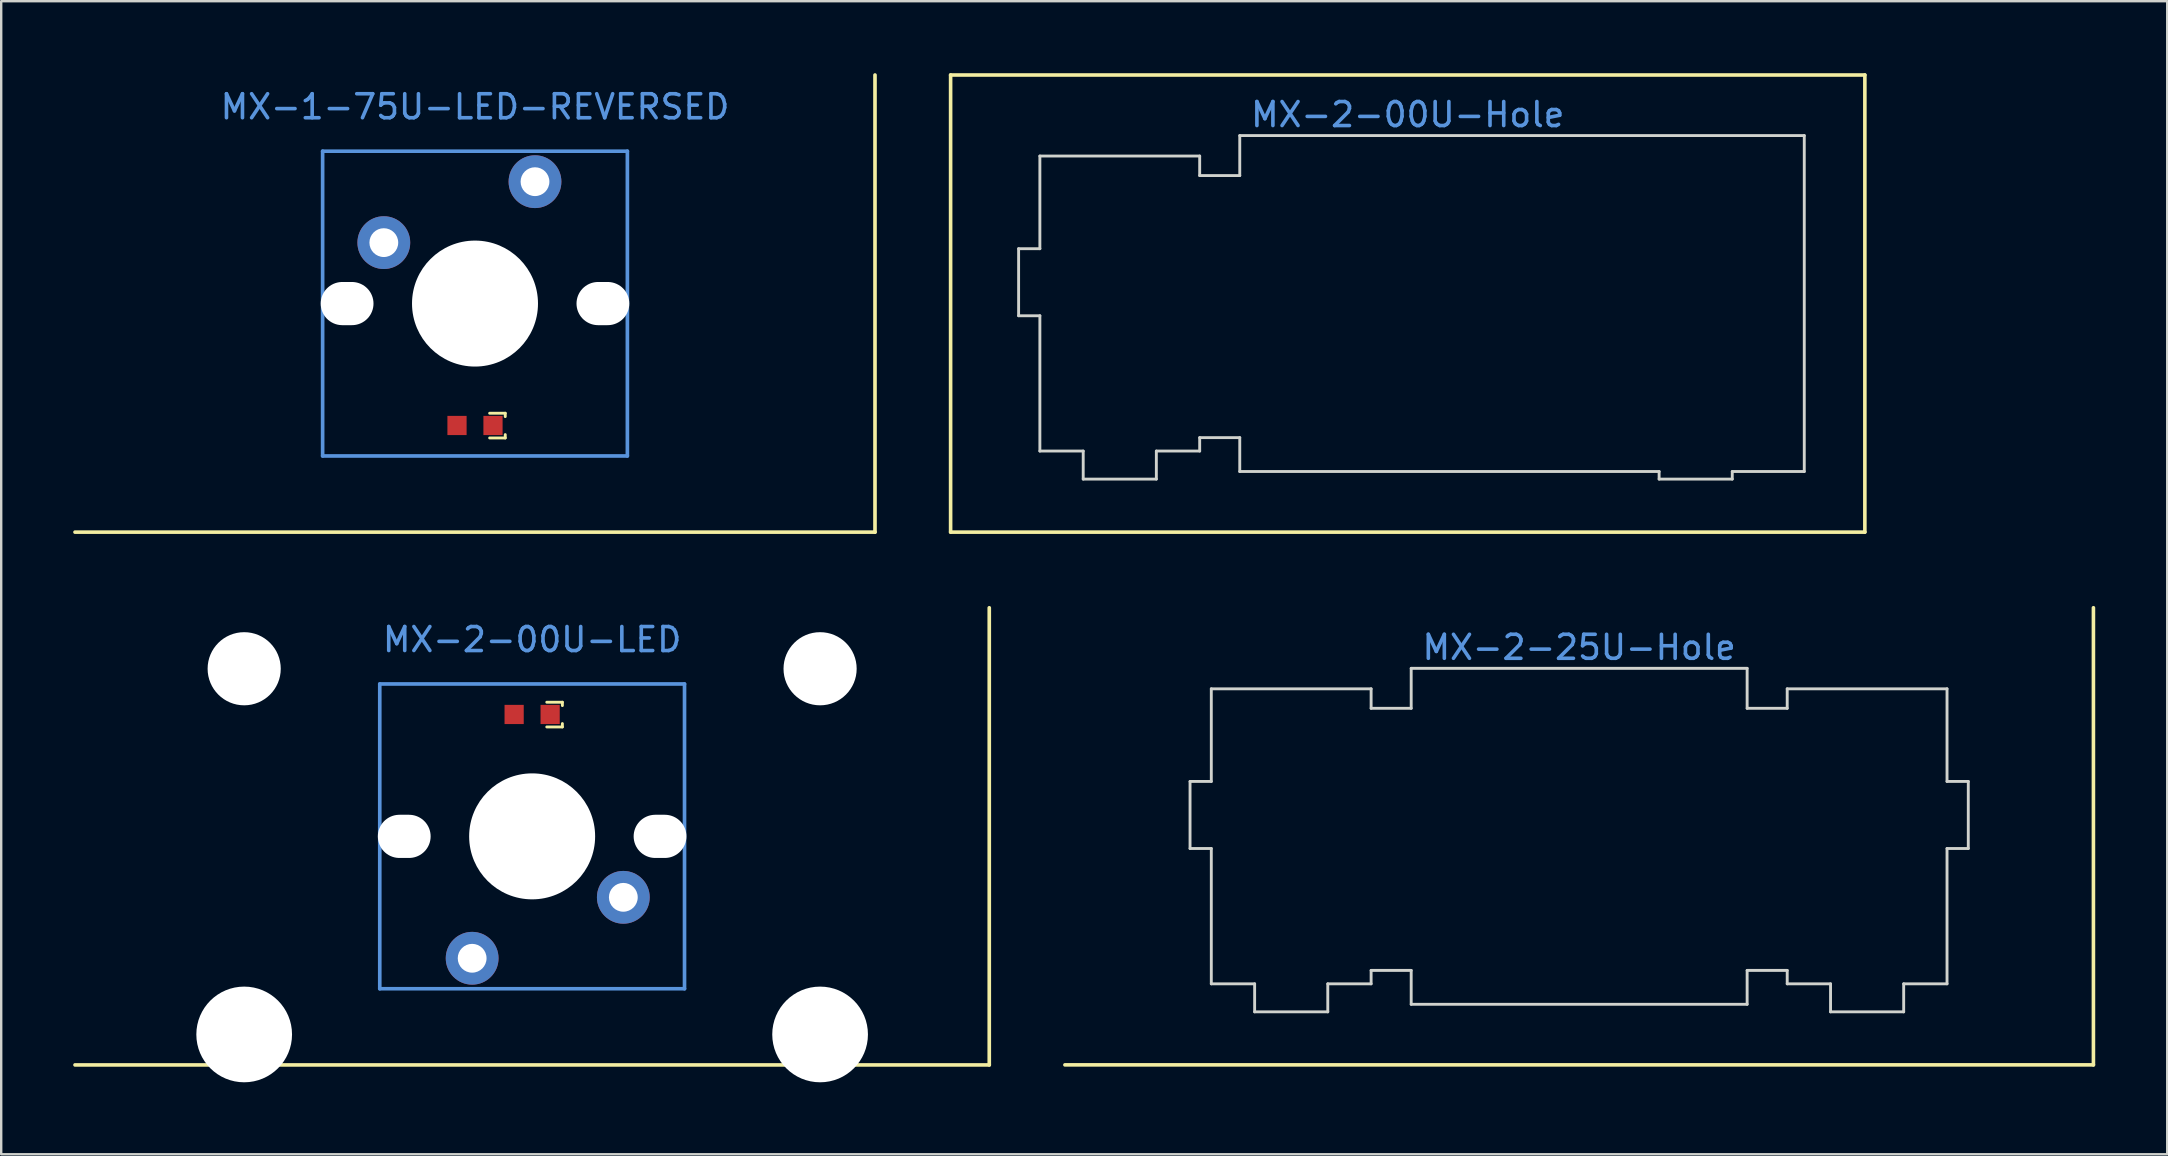
<source format=kicad_pcb>
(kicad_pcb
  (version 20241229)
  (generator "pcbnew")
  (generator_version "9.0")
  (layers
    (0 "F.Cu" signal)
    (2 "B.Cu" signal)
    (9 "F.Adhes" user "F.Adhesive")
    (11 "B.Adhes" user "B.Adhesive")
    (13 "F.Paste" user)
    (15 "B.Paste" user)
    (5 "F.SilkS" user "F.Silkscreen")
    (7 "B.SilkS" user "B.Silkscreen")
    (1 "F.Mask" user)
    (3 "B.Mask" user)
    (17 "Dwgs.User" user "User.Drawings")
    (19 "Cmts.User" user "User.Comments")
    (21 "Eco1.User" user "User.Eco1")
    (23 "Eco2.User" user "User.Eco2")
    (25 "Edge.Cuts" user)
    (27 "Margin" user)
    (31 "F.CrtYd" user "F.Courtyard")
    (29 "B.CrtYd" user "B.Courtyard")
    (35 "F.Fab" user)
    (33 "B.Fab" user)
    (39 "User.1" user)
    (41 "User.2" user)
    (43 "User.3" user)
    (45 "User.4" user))
  (footprint "MX-2-00U-Hole"
    (layer "F.Cu")
    (at 55.615 9.6)
    (property "Reference" "MX-2-00U-Hole" (at 0 -7.874 0) (layer "Cmts.User") (effects (font (size 1 1) (thickness 0.15))))
    (attr through_hole)
    (fp_line (start -19.05 -9.525) (end 19.05 -9.525) (stroke (width 0.15) (type solid)) (layer "F.SilkS"))
    (fp_line (start -19.05 9.525) (end -19.05 -9.525) (stroke (width 0.15) (type solid)) (layer "F.SilkS"))
    (fp_line (start 19.05 -9.525) (end 19.05 9.525) (stroke (width 0.15) (type solid)) (layer "F.SilkS"))
    (fp_line (start 19.05 9.525) (end -19.05 9.525) (stroke (width 0.15) (type solid)) (layer "F.SilkS"))
    (fp_line (start -16.216 -2.286) (end -16.216 0.508) (stroke (width 0.12) (type solid)) (layer "Edge.Cuts"))
    (fp_line (start -15.33 -6.147) (end -15.33 -2.286) (stroke (width 0.12) (type solid)) (layer "Edge.Cuts"))
    (fp_line (start -15.33 -2.286) (end -16.216 -2.286) (stroke (width 0.12) (type solid)) (layer "Edge.Cuts"))
    (fp_line (start -15.33 0.508) (end -16.216 0.508) (stroke (width 0.12) (type solid)) (layer "Edge.Cuts"))
    (fp_line (start -15.33 0.508) (end -15.33 6.147) (stroke (width 0.12) (type solid)) (layer "Edge.Cuts"))
    (fp_line (start -13.524 6.147) (end -15.33 6.147) (stroke (width 0.12) (type solid)) (layer "Edge.Cuts"))
    (fp_line (start -13.524 6.147) (end -13.524 7.315) (stroke (width 0.12) (type solid)) (layer "Edge.Cuts"))
    (fp_line (start -10.476 6.147) (end -10.476 7.315) (stroke (width 0.12) (type solid)) (layer "Edge.Cuts"))
    (fp_line (start -10.476 7.315) (end -13.524 7.315) (stroke (width 0.12) (type solid)) (layer "Edge.Cuts"))
    (fp_line (start -8.67 -6.147) (end -15.33 -6.147) (stroke (width 0.12) (type solid)) (layer "Edge.Cuts"))
    (fp_line (start -8.67 -6.147) (end -8.67 -5.334) (stroke (width 0.12) (type solid)) (layer "Edge.Cuts"))
    (fp_line (start -8.67 -5.334) (end -7 -5.334) (stroke (width 0.12) (type solid)) (layer "Edge.Cuts"))
    (fp_line (start -8.67 5.588) (end -7 5.588) (stroke (width 0.12) (type solid)) (layer "Edge.Cuts"))
    (fp_line (start -8.67 6.147) (end -10.476 6.147) (stroke (width 0.12) (type solid)) (layer "Edge.Cuts"))
    (fp_line (start -8.67 6.147) (end -8.67 5.588) (stroke (width 0.12) (type solid)) (layer "Edge.Cuts"))
    (fp_line (start -7 -7) (end -7 -5.334) (stroke (width 0.12) (type solid)) (layer "Edge.Cuts"))
    (fp_line (start -7 -7) (end 16.525 -7) (stroke (width 0.12) (type solid)) (layer "Edge.Cuts"))
    (fp_line (start -7 7) (end -7 5.588) (stroke (width 0.12) (type solid)) (layer "Edge.Cuts"))
    (fp_line (start -7 7) (end 10.476 7) (stroke (width 0.12) (type solid)) (layer "Edge.Cuts"))
    (fp_line (start 10.476 7) (end 10.476 7.315) (stroke (width 0.12) (type default)) (layer "Edge.Cuts"))
    (fp_line (start 10.476 7.315) (end 13.524 7.315) (stroke (width 0.12) (type solid)) (layer "Edge.Cuts"))
    (fp_line (start 13.524 7) (end 13.524 7.315) (stroke (width 0.12) (type default)) (layer "Edge.Cuts"))
    (fp_line (start 13.524 7) (end 16.525 7) (stroke (width 0.12) (type solid)) (layer "Edge.Cuts"))
    (fp_line (start 16.525 -7) (end 16.525 7) (stroke (width 0.12) (type default)) (layer "Edge.Cuts")))
  (footprint "MX-2-25U-Hole"
    (layer "F.Cu")
    (at 62.759 31.802)
    (property "Reference" "MX-2-25U-Hole" (at 0 -7.874 0) (layer "Cmts.User") (effects (font (size 1 1) (thickness 0.15))))
    (attr through_hole)
    (fp_line (start 21.431 -9.525) (end 21.431 9.525) (stroke (width 0.15) (type solid)) (layer "F.SilkS"))
    (fp_line (start 21.431 9.525) (end -21.431 9.525) (stroke (width 0.15) (type solid)) (layer "F.SilkS"))
    (fp_line (start -16.216 -2.286) (end -16.216 0.508) (stroke (width 0.12) (type solid)) (layer "Edge.Cuts"))
    (fp_line (start -15.33 -6.147) (end -15.33 -2.286) (stroke (width 0.12) (type solid)) (layer "Edge.Cuts"))
    (fp_line (start -15.33 -2.286) (end -16.216 -2.286) (stroke (width 0.12) (type solid)) (layer "Edge.Cuts"))
    (fp_line (start -15.33 0.508) (end -16.216 0.508) (stroke (width 0.12) (type solid)) (layer "Edge.Cuts"))
    (fp_line (start -15.33 0.508) (end -15.33 6.147) (stroke (width 0.12) (type solid)) (layer "Edge.Cuts"))
    (fp_line (start -13.524 6.147) (end -15.33 6.147) (stroke (width 0.12) (type solid)) (layer "Edge.Cuts"))
    (fp_line (start -13.524 6.147) (end -13.524 7.315) (stroke (width 0.12) (type solid)) (layer "Edge.Cuts"))
    (fp_line (start -10.476 6.147) (end -10.476 7.315) (stroke (width 0.12) (type solid)) (layer "Edge.Cuts"))
    (fp_line (start -10.476 7.315) (end -13.524 7.315) (stroke (width 0.12) (type solid)) (layer "Edge.Cuts"))
    (fp_line (start -8.67 -6.147) (end -15.33 -6.147) (stroke (width 0.12) (type solid)) (layer "Edge.Cuts"))
    (fp_line (start -8.67 -6.147) (end -8.67 -5.334) (stroke (width 0.12) (type solid)) (layer "Edge.Cuts"))
    (fp_line (start -8.67 -5.334) (end -7 -5.334) (stroke (width 0.12) (type solid)) (layer "Edge.Cuts"))
    (fp_line (start -8.67 5.588) (end -7 5.588) (stroke (width 0.12) (type solid)) (layer "Edge.Cuts"))
    (fp_line (start -8.67 6.147) (end -10.476 6.147) (stroke (width 0.12) (type solid)) (layer "Edge.Cuts"))
    (fp_line (start -8.67 6.147) (end -8.67 5.588) (stroke (width 0.12) (type solid)) (layer "Edge.Cuts"))
    (fp_line (start -7 -7) (end -7 -5.334) (stroke (width 0.12) (type solid)) (layer "Edge.Cuts"))
    (fp_line (start -7 -7) (end 7 -7) (stroke (width 0.12) (type solid)) (layer "Edge.Cuts"))
    (fp_line (start -7 7) (end -7 5.588) (stroke (width 0.12) (type solid)) (layer "Edge.Cuts"))
    (fp_line (start -7 7) (end 7 7) (stroke (width 0.12) (type solid)) (layer "Edge.Cuts"))
    (fp_line (start 7 -7) (end 7 -5.334) (stroke (width 0.12) (type solid)) (layer "Edge.Cuts"))
    (fp_line (start 7 7) (end 7 5.588) (stroke (width 0.12) (type solid)) (layer "Edge.Cuts"))
    (fp_line (start 8.67 -6.147) (end 8.67 -5.334) (stroke (width 0.12) (type solid)) (layer "Edge.Cuts"))
    (fp_line (start 8.67 -6.147) (end 15.33 -6.147) (stroke (width 0.12) (type solid)) (layer "Edge.Cuts"))
    (fp_line (start 8.67 -5.334) (end 7 -5.334) (stroke (width 0.12) (type solid)) (layer "Edge.Cuts"))
    (fp_line (start 8.67 5.588) (end 7 5.588) (stroke (width 0.12) (type solid)) (layer "Edge.Cuts"))
    (fp_line (start 8.67 6.147) (end 8.67 5.588) (stroke (width 0.12) (type solid)) (layer "Edge.Cuts"))
    (fp_line (start 8.67 6.147) (end 10.476 6.147) (stroke (width 0.12) (type solid)) (layer "Edge.Cuts"))
    (fp_line (start 10.476 6.147) (end 10.476 7.315) (stroke (width 0.12) (type solid)) (layer "Edge.Cuts"))
    (fp_line (start 10.476 7.315) (end 13.524 7.315) (stroke (width 0.12) (type solid)) (layer "Edge.Cuts"))
    (fp_line (start 13.524 6.147) (end 13.524 7.315) (stroke (width 0.12) (type solid)) (layer "Edge.Cuts"))
    (fp_line (start 13.524 6.147) (end 15.33 6.147) (stroke (width 0.12) (type solid)) (layer "Edge.Cuts"))
    (fp_line (start 15.33 -6.147) (end 15.33 -2.286) (stroke (width 0.12) (type solid)) (layer "Edge.Cuts"))
    (fp_line (start 15.33 -2.286) (end 16.216 -2.286) (stroke (width 0.12) (type solid)) (layer "Edge.Cuts"))
    (fp_line (start 15.33 0.508) (end 15.33 6.147) (stroke (width 0.12) (type solid)) (layer "Edge.Cuts"))
    (fp_line (start 15.33 0.508) (end 16.216 0.508) (stroke (width 0.12) (type solid)) (layer "Edge.Cuts"))
    (fp_line (start 16.216 -2.286) (end 16.216 0.508) (stroke (width 0.12) (type solid)) (layer "Edge.Cuts")))
  (footprint "MX-2-00U-LED"
    (layer "F.Cu")
    (at 19.126 26.724)
    (property "Reference" "MX-2-00U-LED" (at 0 -3.12 0) (layer "Cmts.User") (effects (font (size 1 1) (thickness 0.15))))
    (fp_line (start 0.61 -0.51) (end 1.26 -0.51) (stroke (width 0.12) (type solid)) (layer "F.SilkS"))
    (fp_line (start 0.61 0.52) (end 1.26 0.52) (stroke (width 0.12) (type solid)) (layer "F.SilkS"))
    (fp_line (start 1.26 -0.51) (end 1.26 -0.37) (stroke (width 0.12) (type solid)) (layer "F.SilkS"))
    (fp_line (start 1.26 0.52) (end 1.26 0.38) (stroke (width 0.12) (type solid)) (layer "F.SilkS"))
    (fp_line (start 19.05 -4.445) (end 19.05 14.605) (stroke (width 0.152) (type solid)) (layer "F.SilkS"))
    (fp_line (start 19.05 14.605) (end -19.05 14.605) (stroke (width 0.152) (type solid)) (layer "F.SilkS"))
    (fp_line (start -6.35 -1.27) (end 6.35 -1.27) (stroke (width 0.152) (type solid)) (layer "Cmts.User"))
    (fp_line (start -6.35 11.43) (end -6.35 -1.27) (stroke (width 0.152) (type solid)) (layer "Cmts.User"))
    (fp_line (start 6.35 -1.27) (end 6.35 11.43) (stroke (width 0.152) (type solid)) (layer "Cmts.User"))
    (fp_line (start 6.35 11.43) (end -6.35 11.43) (stroke (width 0.152) (type solid)) (layer "Cmts.User"))
    (pad "" np_thru_hole circle (at -12 -1.905 180) (size 3.048 3.048) (drill 3.048) (layers "*.Cu" "*.Mask"))
    (pad "" np_thru_hole circle (at -12 13.335 180) (size 3.988 3.988) (drill 3.988) (layers "*.Cu" "*.Mask"))
    (pad "" np_thru_hole oval (at -5.33 5.08 270) (size 1.8 2.2) (drill oval 1.8 2.2) (layers "*.Cu" "*.Mask"))
    (pad "" np_thru_hole circle (at 0 5.08 180) (size 5.25 5.25) (drill 5.25) (layers "*.Cu" "*.Mask"))
    (pad "" np_thru_hole oval (at 5.33 5.08 270) (size 1.8 2.2) (drill oval 1.8 2.2) (layers "*.Cu" "*.Mask"))
    (pad "" np_thru_hole circle (at 12 -1.905 180) (size 3.048 3.048) (drill 3.048) (layers "*.Cu" "*.Mask"))
    (pad "" np_thru_hole circle (at 12 13.335 180) (size 3.988 3.988) (drill 3.988) (layers "*.Cu" "*.Mask"))
    (pad "1" thru_hole circle (at -2.5 10.16) (size 2.2 2.2) (drill 1.2) (layers "*.Cu" "*.Mask"))
    (pad "2" thru_hole circle (at 3.8 7.62 225) (size 2.2 2.2) (drill 1.2) (layers "*.Cu" "*.Mask"))
    (pad "3" smd rect (at 0.75 0 90) (size 0.8 0.8) (layers "F.Cu" "F.Mask" "F.Paste"))
    (pad "4" smd rect (at -0.75 0 90) (size 0.8 0.8) (layers "F.Cu" "F.Mask" "F.Paste")))
  (footprint "MX-1-75U-LED-REVERSED"
    (layer "F.Cu")
    (at 16.745 14.681)
    (property "Reference" "MX-1-75U-LED-REVERSED" (at 0 -13.28 0) (layer "Cmts.User") (effects (font (size 1 1) (thickness 0.15))))
    (fp_line (start 0.61 -0.51) (end 1.26 -0.51) (stroke (width 0.12) (type solid)) (layer "F.SilkS"))
    (fp_line (start 0.61 0.52) (end 1.26 0.52) (stroke (width 0.12) (type solid)) (layer "F.SilkS"))
    (fp_line (start 1.26 -0.51) (end 1.26 -0.37) (stroke (width 0.12) (type solid)) (layer "F.SilkS"))
    (fp_line (start 1.26 0.52) (end 1.26 0.38) (stroke (width 0.12) (type solid)) (layer "F.SilkS"))
    (fp_line (start 16.669 -14.605) (end 16.669 4.445) (stroke (width 0.152) (type solid)) (layer "F.SilkS"))
    (fp_line (start 16.669 4.445) (end -16.669 4.445) (stroke (width 0.152) (type solid)) (layer "F.SilkS"))
    (fp_line (start -6.35 -11.43) (end 6.35 -11.43) (stroke (width 0.152) (type solid)) (layer "Cmts.User"))
    (fp_line (start -6.35 1.27) (end -6.35 -11.43) (stroke (width 0.152) (type solid)) (layer "Cmts.User"))
    (fp_line (start 6.35 -11.43) (end 6.35 1.27) (stroke (width 0.152) (type solid)) (layer "Cmts.User"))
    (fp_line (start 6.35 1.27) (end -6.35 1.27) (stroke (width 0.152) (type solid)) (layer "Cmts.User"))
    (pad "" np_thru_hole oval (at -5.33 -5.08 270) (size 1.8 2.2) (drill oval 1.8 2.2) (layers "*.Cu" "*.Mask"))
    (pad "" np_thru_hole circle (at 0 -5.08 180) (size 5.25 5.25) (drill 5.25) (layers "*.Cu" "*.Mask"))
    (pad "" np_thru_hole oval (at 5.33 -5.08 270) (size 1.8 2.2) (drill oval 1.8 2.2) (layers "*.Cu" "*.Mask"))
    (pad "1" thru_hole circle (at 2.5 -10.16) (size 2.2 2.2) (drill 1.2) (layers "*.Cu" "*.Mask"))
    (pad "2" thru_hole circle (at -3.8 -7.62 225) (size 2.2 2.2) (drill 1.2) (layers "*.Cu" "*.Mask"))
    (pad "3" smd rect (at 0.75 0 90) (size 0.8 0.8) (layers "F.Cu" "F.Mask" "F.Paste"))
    (pad "4" smd rect (at -0.75 0 90) (size 0.8 0.8) (layers "F.Cu" "F.Mask" "F.Paste")))
  (gr_rect
    (start -3 -3)
    (end 87.265 45.053)
    (stroke (width 0.1) (type default))
    (fill no)
    (layer "Edge.Cuts")))
</source>
